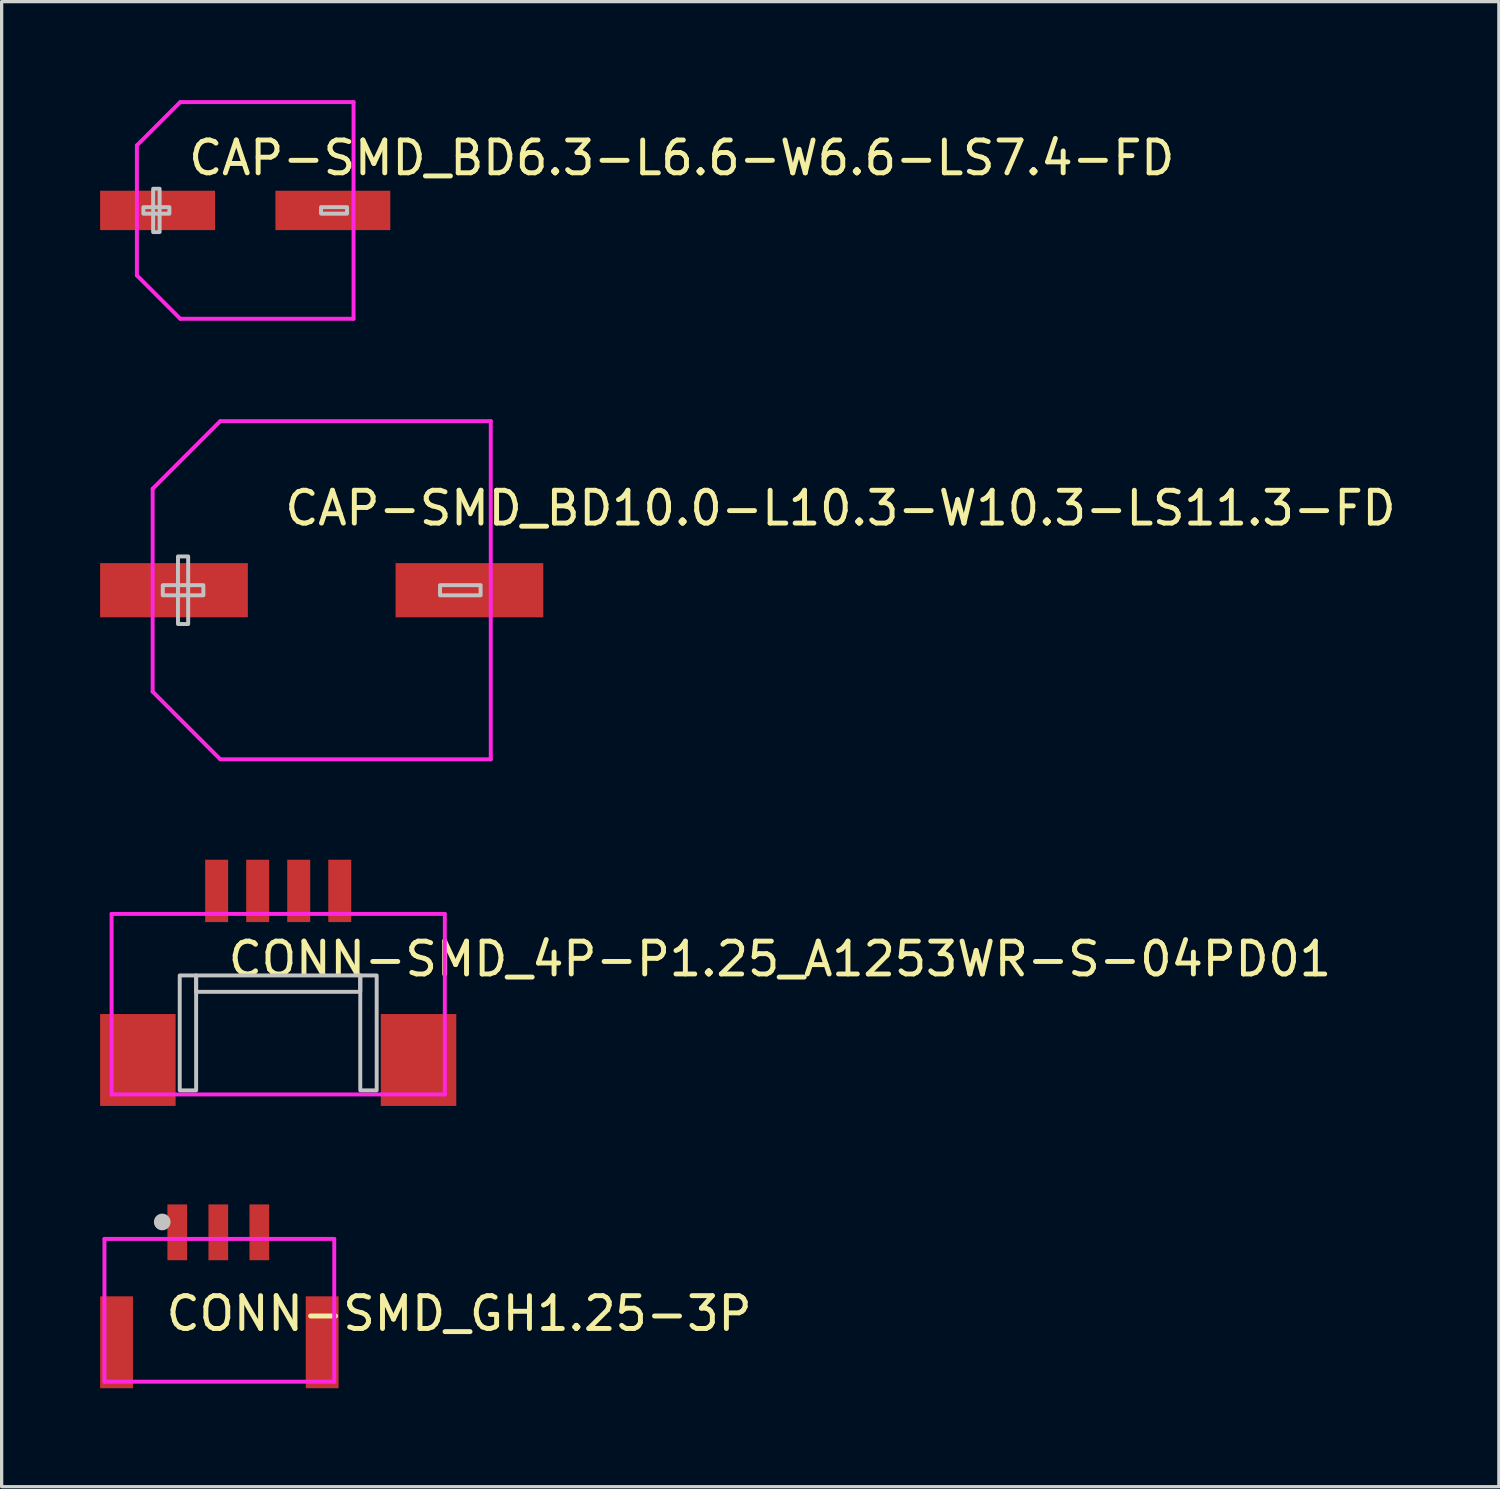
<source format=kicad_pcb>
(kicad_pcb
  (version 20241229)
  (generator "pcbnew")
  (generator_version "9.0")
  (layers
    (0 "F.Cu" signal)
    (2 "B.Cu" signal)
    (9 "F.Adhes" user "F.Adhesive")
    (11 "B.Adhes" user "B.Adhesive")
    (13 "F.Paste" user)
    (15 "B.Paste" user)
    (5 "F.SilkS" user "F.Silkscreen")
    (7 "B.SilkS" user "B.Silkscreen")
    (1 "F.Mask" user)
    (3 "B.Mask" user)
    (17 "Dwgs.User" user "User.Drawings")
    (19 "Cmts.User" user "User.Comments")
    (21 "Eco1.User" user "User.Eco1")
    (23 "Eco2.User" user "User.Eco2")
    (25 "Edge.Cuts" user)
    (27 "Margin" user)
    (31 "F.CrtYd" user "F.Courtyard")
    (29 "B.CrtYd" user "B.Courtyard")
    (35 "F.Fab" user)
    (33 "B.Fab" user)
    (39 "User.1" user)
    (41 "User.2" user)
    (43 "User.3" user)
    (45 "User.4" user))
  (footprint "CAP-SMD_BD10.0-L10.3-W10.3-LS11.3-FD"
    (layer "F.Cu")
    (at 6.75 14.93)
    (property "Reference" "CAP-SMD_BD10.0-L10.3-W10.3-LS11.3-FD" (at -1.2 -2.5 0) (layer "F.SilkS") (effects (font (size 1 1) (thickness 0.15)) (justify left)))
    (attr through_hole)
    (fp_poly (pts (xy -4.841 -0.155) (xy -4.841 0.155) (xy -3.605 0.155) (xy -3.605 -0.155)) (stroke (width 0.12) (type solid)) (fill no) (layer "Dwgs.User"))
    (fp_poly (pts (xy -4.378 -1.03) (xy -4.378 1.03) (xy -4.068 1.03) (xy -4.068 -1.03)) (stroke (width 0.12) (type solid)) (fill no) (layer "Dwgs.User"))
    (fp_poly (pts (xy 4.841 -0.155) (xy 4.841 0.155) (xy 3.605 0.155) (xy 3.605 -0.155)) (stroke (width 0.12) (type solid)) (fill no) (layer "Dwgs.User"))
    (fp_circle (center -5.65 5.15) (end -5.62 5.15) (stroke (width 0.06) (type solid)) (fill no) (layer "Eco2.User"))
    (fp_poly (pts (xy -5.65 -0.475) (xy -2.3 -0.475) (xy -2.3 0.475) (xy -5.65 0.475)) (stroke (width 0.12) (type solid)) (fill no) (layer "Eco2.User"))
    (fp_poly (pts (xy 2.3 -0.475) (xy 5.65 -0.475) (xy 5.65 0.475) (xy 2.3 0.475)) (stroke (width 0.12) (type solid)) (fill no) (layer "Eco2.User"))
    (fp_line (start -5.15 -3.09) (end -3.09 -5.15) (stroke (width 0.12) (type solid)) (layer "F.CrtYd"))
    (fp_line (start -5.15 3.09) (end -5.15 -3.09) (stroke (width 0.12) (type solid)) (layer "F.CrtYd"))
    (fp_line (start -3.09 -5.15) (end 5.15 -5.15) (stroke (width 0.12) (type solid)) (layer "F.CrtYd"))
    (fp_line (start -3.09 5.15) (end -5.15 3.09) (stroke (width 0.12) (type solid)) (layer "F.CrtYd"))
    (fp_line (start 5.15 -5.15) (end 5.15 5.15) (stroke (width 0.12) (type solid)) (layer "F.CrtYd"))
    (fp_line (start 5.15 5.15) (end -3.09 5.15) (stroke (width 0.12) (type solid)) (layer "F.CrtYd"))
    (pad "1" smd rect (at -4.5 0) (size 4.5 1.65) (layers "F.Cu" "F.Mask" "F.Paste"))
    (pad "2" smd rect (at 4.5 0) (size 4.5 1.65) (layers "F.Cu" "F.Mask" "F.Paste")))
  (footprint "CONN-SMD_4P-P1.25_A1253WR-S-04PD01"
    (layer "F.Cu")
    (at 5.425 26.665)
    (property "Reference" "CONN-SMD_4P-P1.25_A1253WR-S-04PD01" (at -1.6 -0.5 0) (layer "F.SilkS") (effects (font (size 1 1) (thickness 0.15)) (justify left)))
    (attr through_hole)
    (fp_poly (pts (xy -3 3.5) (xy -3 0) (xy -2.5 0) (xy -2.5 3.5)) (stroke (width 0.12) (type solid)) (fill no) (layer "Dwgs.User"))
    (fp_poly (pts (xy 2.5 0) (xy -2.5 0) (xy -2.5 0.5) (xy 2.5 0.5)) (stroke (width 0.12) (type solid)) (fill no) (layer "Dwgs.User"))
    (fp_poly (pts (xy 3 3.5) (xy 3 0) (xy 2.5 0) (xy 2.5 3.5)) (stroke (width 0.12) (type solid)) (fill no) (layer "Dwgs.User"))
    (fp_circle (center -5.075 -3.075) (end -5.045 -3.075) (stroke (width 0.06) (type solid)) (fill no) (layer "Eco2.User"))
    (fp_poly (pts (xy -5.075 1.075) (xy -4.075 1.075) (xy -4.075 3.625) (xy -5.075 3.625)) (stroke (width 0.12) (type solid)) (fill no) (layer "Eco2.User"))
    (fp_poly (pts (xy -2.075 -3.075) (xy -1.675 -3.075) (xy -1.675 -1.575) (xy -2.075 -1.575)) (stroke (width 0.12) (type solid)) (fill no) (layer "Eco2.User"))
    (fp_poly (pts (xy -0.825 -3.075) (xy -0.425 -3.075) (xy -0.425 -1.575) (xy -0.825 -1.575)) (stroke (width 0.12) (type solid)) (fill no) (layer "Eco2.User"))
    (fp_poly (pts (xy 0.425 -3.075) (xy 0.825 -3.075) (xy 0.825 -1.575) (xy 0.425 -1.575)) (stroke (width 0.12) (type solid)) (fill no) (layer "Eco2.User"))
    (fp_poly (pts (xy 1.675 -3.075) (xy 2.075 -3.075) (xy 2.075 -1.575) (xy 1.675 -1.575)) (stroke (width 0.12) (type solid)) (fill no) (layer "Eco2.User"))
    (fp_poly (pts (xy 4.075 1.075) (xy 5.075 1.075) (xy 5.075 3.625) (xy 4.075 3.625)) (stroke (width 0.12) (type solid)) (fill no) (layer "Eco2.User"))
    (fp_line (start -5.075 -1.875) (end 5.075 -1.875) (stroke (width 0.12) (type solid)) (layer "F.CrtYd"))
    (fp_line (start -5.075 3.625) (end -5.075 -1.875) (stroke (width 0.12) (type solid)) (layer "F.CrtYd"))
    (fp_line (start 5.075 -1.875) (end 5.075 3.625) (stroke (width 0.12) (type solid)) (layer "F.CrtYd"))
    (fp_line (start 5.075 3.625) (end -5.075 3.625) (stroke (width 0.12) (type solid)) (layer "F.CrtYd"))
    (pad "1" smd rect (at -1.875 -2.575) (size 0.7 1.9) (layers "F.Cu" "F.Mask" "F.Paste"))
    (pad "2" smd rect (at -0.625 -2.575) (size 0.7 1.9) (layers "F.Cu" "F.Mask" "F.Paste"))
    (pad "3" smd rect (at 0.625 -2.575) (size 0.7 1.9) (layers "F.Cu" "F.Mask" "F.Paste"))
    (pad "4" smd rect (at 1.875 -2.575) (size 0.7 1.9) (layers "F.Cu" "F.Mask" "F.Paste"))
    (pad "5" smd rect (at 4.275 2.575) (size 2.3 2.8) (layers "F.Cu" "F.Mask" "F.Paste"))
    (pad "6" smd rect (at -4.275 2.575) (size 2.3 2.8) (layers "F.Cu" "F.Mask" "F.Paste")))
  (footprint "CONN-SMD_GH1.25-3P"
    (layer "F.Cu")
    (at 3.632 36.165)
    (property "Reference" "CONN-SMD_GH1.25-3P" (at -1.7 0.8 0) (layer "F.SilkS") (effects (font (size 1 1) (thickness 0.15)) (justify left)))
    (attr through_hole)
    (fp_circle (center -1.74 -1.99) (end -1.613 -1.99) (stroke (width 0.254) (type solid)) (fill no) (layer "Dwgs.User"))
    (fp_circle (center -3.5 -2.075) (end -3.47 -2.075) (stroke (width 0.06) (type solid)) (fill no) (layer "Eco2.User"))
    (fp_poly (pts (xy -3.232 0.875) (xy -3.032 0.875) (xy -3.032 2.875) (xy -3.232 2.875)) (stroke (width 0.12) (type solid)) (fill no) (layer "Eco2.User"))
    (fp_poly (pts (xy -1.382 -2.075) (xy -1.182 -2.075) (xy -1.182 -1.275) (xy -1.382 -1.275)) (stroke (width 0.12) (type solid)) (fill no) (layer "Eco2.User"))
    (fp_poly (pts (xy -0.132 -2.075) (xy 0.068 -2.075) (xy 0.068 -1.275) (xy -0.132 -1.275)) (stroke (width 0.12) (type solid)) (fill no) (layer "Eco2.User"))
    (fp_poly (pts (xy 1.118 -2.075) (xy 1.318 -2.075) (xy 1.318 -1.275) (xy 1.118 -1.275)) (stroke (width 0.12) (type solid)) (fill no) (layer "Eco2.User"))
    (fp_poly (pts (xy 3.032 0.875) (xy 3.232 0.875) (xy 3.232 2.875) (xy 3.032 2.875)) (stroke (width 0.12) (type solid)) (fill no) (layer "Eco2.User"))
    (fp_line (start -3.5 -1.475) (end 3.5 -1.475) (stroke (width 0.12) (type solid)) (layer "F.CrtYd"))
    (fp_line (start -3.5 2.875) (end -3.5 -1.475) (stroke (width 0.12) (type solid)) (layer "F.CrtYd"))
    (fp_line (start 3.5 -1.475) (end 3.5 2.875) (stroke (width 0.12) (type solid)) (layer "F.CrtYd"))
    (fp_line (start 3.5 2.875) (end -3.5 2.875) (stroke (width 0.12) (type solid)) (layer "F.CrtYd"))
    (pad "1" smd rect (at -1.282 -1.675) (size 0.6 1.7) (layers "F.Cu" "F.Mask" "F.Paste"))
    (pad "2" smd rect (at -0.032 -1.675) (size 0.6 1.7) (layers "F.Cu" "F.Mask" "F.Paste"))
    (pad "3" smd rect (at 1.218 -1.675) (size 0.6 1.7) (layers "F.Cu" "F.Mask" "F.Paste"))
    (pad "4" smd rect (at -3.132 1.675) (size 1 2.8) (layers "F.Cu" "F.Mask" "F.Paste"))
    (pad "5" smd rect (at 3.132 1.675) (size 1 2.8) (layers "F.Cu" "F.Mask" "F.Paste")))
  (footprint "CAP-SMD_BD6.3-L6.6-W6.6-LS7.4-FD"
    (layer "F.Cu")
    (at 4.42 3.36)
    (property "Reference" "CAP-SMD_BD6.3-L6.6-W6.6-LS7.4-FD" (at -1.8 -1.6 0) (layer "F.SilkS") (effects (font (size 1 1) (thickness 0.15)) (justify left)))
    (attr through_hole)
    (fp_poly (pts (xy -3.102 -0.099) (xy -3.102 0.099) (xy -2.31 0.099) (xy -2.31 -0.099)) (stroke (width 0.12) (type solid)) (fill no) (layer "Dwgs.User"))
    (fp_poly (pts (xy -2.805 -0.66) (xy -2.805 0.66) (xy -2.607 0.66) (xy -2.607 -0.66)) (stroke (width 0.12) (type solid)) (fill no) (layer "Dwgs.User"))
    (fp_poly (pts (xy 3.102 -0.099) (xy 3.102 0.099) (xy 2.31 0.099) (xy 2.31 -0.099)) (stroke (width 0.12) (type solid)) (fill no) (layer "Dwgs.User"))
    (fp_poly (pts (xy -3.702 -0.35) (xy -1.052 -0.35) (xy -1.052 0.35) (xy -3.702 0.35)) (stroke (width 0.12) (type solid)) (fill no) (layer "Eco2.User"))
    (fp_poly (pts (xy 1.052 -0.35) (xy 3.701 -0.35) (xy 3.701 0.35) (xy 1.052 0.35)) (stroke (width 0.12) (type solid)) (fill no) (layer "Eco2.User"))
    (fp_line (start -3.3 -1.98) (end -1.98 -3.3) (stroke (width 0.12) (type solid)) (layer "F.CrtYd"))
    (fp_line (start -3.3 1.98) (end -3.3 -1.98) (stroke (width 0.12) (type solid)) (layer "F.CrtYd"))
    (fp_line (start -1.98 -3.3) (end 3.3 -3.3) (stroke (width 0.12) (type solid)) (layer "F.CrtYd"))
    (fp_line (start -1.98 3.3) (end -3.3 1.98) (stroke (width 0.12) (type solid)) (layer "F.CrtYd"))
    (fp_line (start 3.3 -3.3) (end 3.3 3.3) (stroke (width 0.12) (type solid)) (layer "F.CrtYd"))
    (fp_line (start 3.3 3.3) (end -1.98 3.3) (stroke (width 0.12) (type solid)) (layer "F.CrtYd"))
    (pad "1" smd rect (at -2.67 0) (size 3.5 1.2) (layers "F.Cu" "F.Mask" "F.Paste"))
    (pad "2" smd rect (at 2.67 0) (size 3.5 1.2) (layers "F.Cu" "F.Mask" "F.Paste")))
  (gr_rect
    (start -3 -3)
    (end 42.61 42.24)
    (stroke (width 0.1) (type default))
    (fill no)
    (layer "Edge.Cuts")))
</source>
